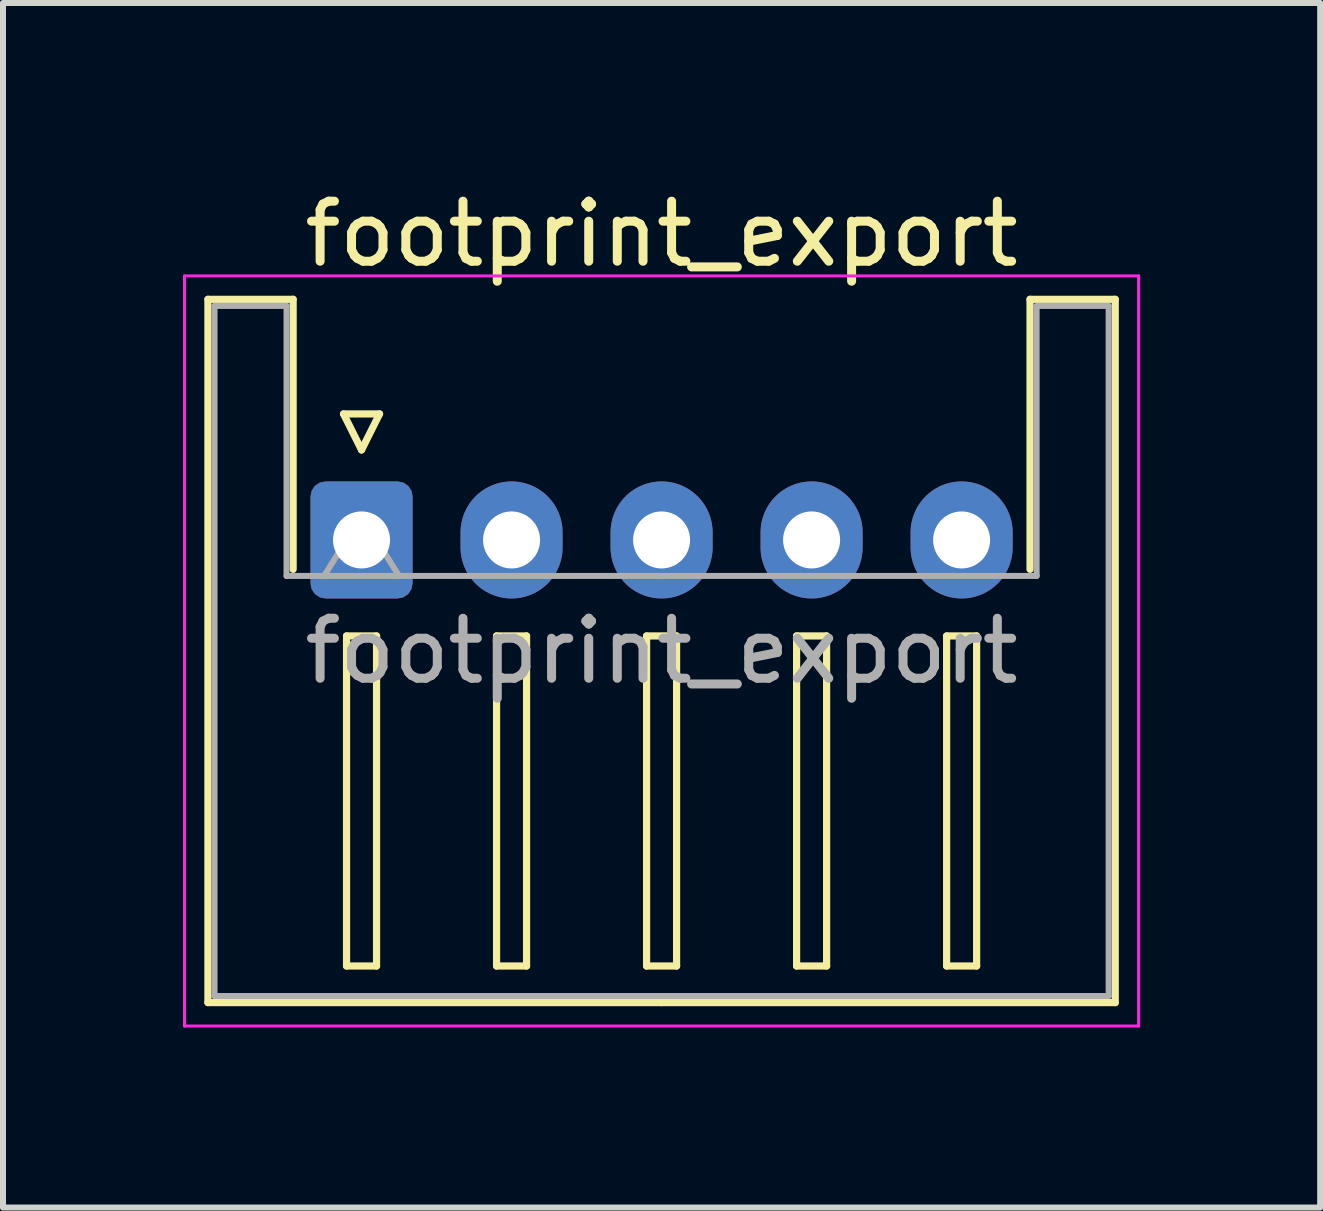
<source format=kicad_pcb>
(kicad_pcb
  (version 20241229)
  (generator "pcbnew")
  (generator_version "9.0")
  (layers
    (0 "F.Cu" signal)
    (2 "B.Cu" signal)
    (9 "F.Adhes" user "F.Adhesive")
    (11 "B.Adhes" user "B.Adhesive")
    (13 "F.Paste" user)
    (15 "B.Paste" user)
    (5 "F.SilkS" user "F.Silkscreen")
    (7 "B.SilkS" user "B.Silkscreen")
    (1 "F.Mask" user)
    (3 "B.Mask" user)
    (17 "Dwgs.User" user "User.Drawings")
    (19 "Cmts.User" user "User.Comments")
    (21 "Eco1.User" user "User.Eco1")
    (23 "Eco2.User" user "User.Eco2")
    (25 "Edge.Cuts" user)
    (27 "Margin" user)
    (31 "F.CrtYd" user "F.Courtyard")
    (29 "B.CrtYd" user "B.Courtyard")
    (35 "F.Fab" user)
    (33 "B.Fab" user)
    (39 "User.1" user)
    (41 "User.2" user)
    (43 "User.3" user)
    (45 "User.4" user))
  (footprint "footprint_export"
    (layer "F.Cu")
    (at 2.975 5.948)
    (property "Reference" "footprint_export" (at 5 -5.1 0) (layer "F.SilkS") (effects (font (size 1 1) (thickness 0.15))))
    (attr through_hole)
    (fp_line (start -2.56 -4.01) (end -1.14 -4.01) (stroke (width 0.12) (type solid)) (layer "F.SilkS"))
    (fp_line (start -2.56 7.71) (end -2.56 -4.01) (stroke (width 0.12) (type solid)) (layer "F.SilkS"))
    (fp_line (start -1.14 -4.01) (end -1.14 0.49) (stroke (width 0.12) (type solid)) (layer "F.SilkS"))
    (fp_line (start -0.3 -2.1) (end 0.3 -2.1) (stroke (width 0.12) (type solid)) (layer "F.SilkS"))
    (fp_line (start -0.25 1.6) (end -0.25 7.1) (stroke (width 0.12) (type solid)) (layer "F.SilkS"))
    (fp_line (start -0.25 7.1) (end 0.25 7.1) (stroke (width 0.12) (type solid)) (layer "F.SilkS"))
    (fp_line (start 0 -1.5) (end -0.3 -2.1) (stroke (width 0.12) (type solid)) (layer "F.SilkS"))
    (fp_line (start 0.25 1.6) (end -0.25 1.6) (stroke (width 0.12) (type solid)) (layer "F.SilkS"))
    (fp_line (start 0.25 7.1) (end 0.25 1.6) (stroke (width 0.12) (type solid)) (layer "F.SilkS"))
    (fp_line (start 0.3 -2.1) (end 0 -1.5) (stroke (width 0.12) (type solid)) (layer "F.SilkS"))
    (fp_line (start 2.25 1.6) (end 2.25 7.1) (stroke (width 0.12) (type solid)) (layer "F.SilkS"))
    (fp_line (start 2.25 7.1) (end 2.75 7.1) (stroke (width 0.12) (type solid)) (layer "F.SilkS"))
    (fp_line (start 2.75 1.6) (end 2.25 1.6) (stroke (width 0.12) (type solid)) (layer "F.SilkS"))
    (fp_line (start 2.75 7.1) (end 2.75 1.6) (stroke (width 0.12) (type solid)) (layer "F.SilkS"))
    (fp_line (start 4.75 1.6) (end 4.75 7.1) (stroke (width 0.12) (type solid)) (layer "F.SilkS"))
    (fp_line (start 4.75 7.1) (end 5.25 7.1) (stroke (width 0.12) (type solid)) (layer "F.SilkS"))
    (fp_line (start 5 7.71) (end -2.56 7.71) (stroke (width 0.12) (type solid)) (layer "F.SilkS"))
    (fp_line (start 5 7.71) (end 12.56 7.71) (stroke (width 0.12) (type solid)) (layer "F.SilkS"))
    (fp_line (start 5.25 1.6) (end 4.75 1.6) (stroke (width 0.12) (type solid)) (layer "F.SilkS"))
    (fp_line (start 5.25 7.1) (end 5.25 1.6) (stroke (width 0.12) (type solid)) (layer "F.SilkS"))
    (fp_line (start 7.25 1.6) (end 7.25 7.1) (stroke (width 0.12) (type solid)) (layer "F.SilkS"))
    (fp_line (start 7.25 7.1) (end 7.75 7.1) (stroke (width 0.12) (type solid)) (layer "F.SilkS"))
    (fp_line (start 7.75 1.6) (end 7.25 1.6) (stroke (width 0.12) (type solid)) (layer "F.SilkS"))
    (fp_line (start 7.75 7.1) (end 7.75 1.6) (stroke (width 0.12) (type solid)) (layer "F.SilkS"))
    (fp_line (start 9.75 1.6) (end 9.75 7.1) (stroke (width 0.12) (type solid)) (layer "F.SilkS"))
    (fp_line (start 9.75 7.1) (end 10.25 7.1) (stroke (width 0.12) (type solid)) (layer "F.SilkS"))
    (fp_line (start 10.25 1.6) (end 9.75 1.6) (stroke (width 0.12) (type solid)) (layer "F.SilkS"))
    (fp_line (start 10.25 7.1) (end 10.25 1.6) (stroke (width 0.12) (type solid)) (layer "F.SilkS"))
    (fp_line (start 11.14 -4.01) (end 11.14 0.49) (stroke (width 0.12) (type solid)) (layer "F.SilkS"))
    (fp_line (start 12.56 -4.01) (end 11.14 -4.01) (stroke (width 0.12) (type solid)) (layer "F.SilkS"))
    (fp_line (start 12.56 7.71) (end 12.56 -4.01) (stroke (width 0.12) (type solid)) (layer "F.SilkS"))
    (fp_line (start -2.95 -4.4) (end -2.95 8.1) (stroke (width 0.05) (type solid)) (layer "F.CrtYd"))
    (fp_line (start -2.95 8.1) (end 12.95 8.1) (stroke (width 0.05) (type solid)) (layer "F.CrtYd"))
    (fp_line (start 12.95 -4.4) (end -2.95 -4.4) (stroke (width 0.05) (type solid)) (layer "F.CrtYd"))
    (fp_line (start 12.95 8.1) (end 12.95 -4.4) (stroke (width 0.05) (type solid)) (layer "F.CrtYd"))
    (fp_line (start -2.45 -3.9) (end -1.25 -3.9) (stroke (width 0.1) (type solid)) (layer "F.Fab"))
    (fp_line (start -2.45 7.6) (end -2.45 -3.9) (stroke (width 0.1) (type solid)) (layer "F.Fab"))
    (fp_line (start -1.25 -3.9) (end -1.25 0.6) (stroke (width 0.1) (type solid)) (layer "F.Fab"))
    (fp_line (start -1.25 0.6) (end 5 0.6) (stroke (width 0.1) (type solid)) (layer "F.Fab"))
    (fp_line (start -0.625 0.6) (end 0 -0.4) (stroke (width 0.1) (type solid)) (layer "F.Fab"))
    (fp_line (start 0 -0.4) (end 0.625 0.6) (stroke (width 0.1) (type solid)) (layer "F.Fab"))
    (fp_line (start 5 7.6) (end -2.45 7.6) (stroke (width 0.1) (type solid)) (layer "F.Fab"))
    (fp_line (start 5 7.6) (end 12.45 7.6) (stroke (width 0.1) (type solid)) (layer "F.Fab"))
    (fp_line (start 11.25 -3.9) (end 11.25 0.6) (stroke (width 0.1) (type solid)) (layer "F.Fab"))
    (fp_line (start 11.25 0.6) (end 5 0.6) (stroke (width 0.1) (type solid)) (layer "F.Fab"))
    (fp_line (start 12.45 -3.9) (end 11.25 -3.9) (stroke (width 0.1) (type solid)) (layer "F.Fab"))
    (fp_line (start 12.45 7.6) (end 12.45 -3.9) (stroke (width 0.1) (type solid)) (layer "F.Fab"))
    (fp_text user "${REFERENCE}" (at 5 1.85 0) (layer "F.Fab") (effects (font (size 1 1) (thickness 0.15))))
    (pad "1" thru_hole roundrect (at 0 0) (size 1.7 1.95) (drill 0.95) (layers "*.Cu" "*.Mask") (roundrect_rratio 0.147))
    (pad "2" thru_hole oval (at 2.5 0) (size 1.7 1.95) (drill 0.95) (layers "*.Cu" "*.Mask"))
    (pad "3" thru_hole oval (at 5 0) (size 1.7 1.95) (drill 0.95) (layers "*.Cu" "*.Mask"))
    (pad "4" thru_hole oval (at 7.5 0) (size 1.7 1.95) (drill 0.95) (layers "*.Cu" "*.Mask"))
    (pad "5" thru_hole oval (at 10 0) (size 1.7 1.95) (drill 0.95) (layers "*.Cu" "*.Mask")))
  (gr_rect
    (start -3 -3)
    (end 18.95 17.073)
    (stroke (width 0.1) (type default))
    (fill no)
    (layer "Edge.Cuts")))
</source>
